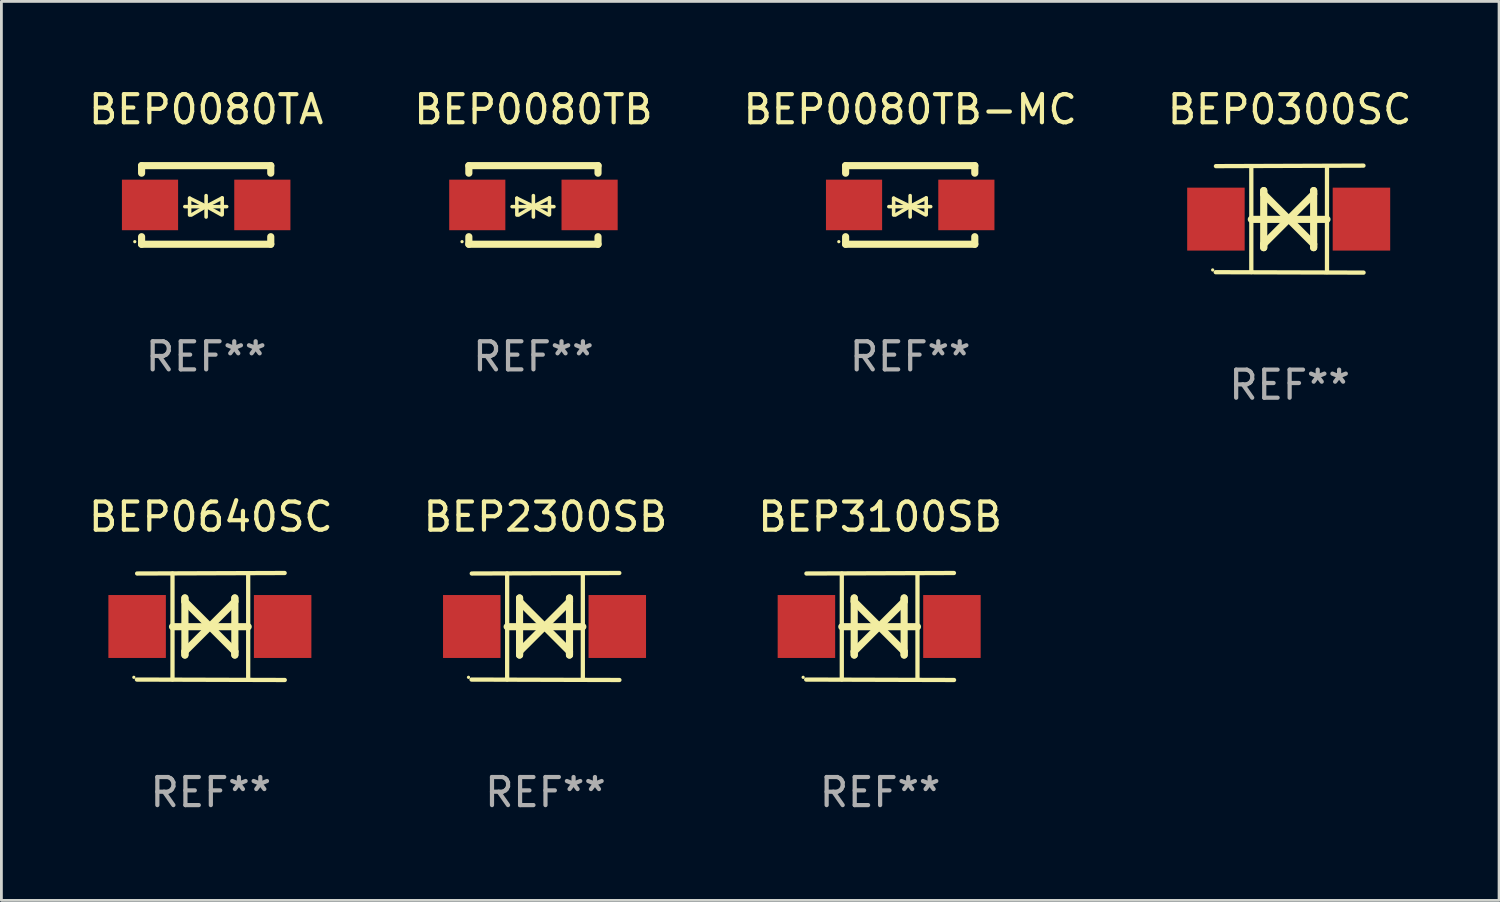
<source format=kicad_pcb>
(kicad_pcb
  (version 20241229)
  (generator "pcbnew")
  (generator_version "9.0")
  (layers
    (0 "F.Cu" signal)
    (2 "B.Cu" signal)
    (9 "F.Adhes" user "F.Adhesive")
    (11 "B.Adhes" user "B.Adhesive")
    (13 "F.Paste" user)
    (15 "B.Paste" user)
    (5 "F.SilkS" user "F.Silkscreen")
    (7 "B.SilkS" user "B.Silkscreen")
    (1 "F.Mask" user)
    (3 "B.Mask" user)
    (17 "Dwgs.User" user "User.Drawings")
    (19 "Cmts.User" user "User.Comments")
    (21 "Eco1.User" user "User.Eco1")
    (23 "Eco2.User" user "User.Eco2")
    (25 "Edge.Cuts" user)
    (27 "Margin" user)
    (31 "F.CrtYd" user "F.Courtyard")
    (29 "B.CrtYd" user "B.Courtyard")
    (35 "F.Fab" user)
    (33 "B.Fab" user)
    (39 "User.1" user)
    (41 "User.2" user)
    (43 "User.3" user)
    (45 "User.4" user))
  (footprint "BEP3100SB"
    (layer "F.Cu")
    (at 28.292 19.26)
    (property "Reference" "BEP3100SB" (at 0 -3.905 0) (layer "F.SilkS") (effects (font (size 1 1) (thickness 0.15))))
    (attr through_hole)
    (fp_line (start -1.365 1.886) (end -1.365 -1.886) (stroke (width 0.152) (type solid)) (layer "F.SilkS"))
    (fp_line (start -1.365 0.008) (end 1.33 0.008) (stroke (width 0.254) (type solid)) (layer "F.SilkS"))
    (fp_line (start -0.923 -1.016) (end -0.923 1.016) (stroke (width 0.254) (type solid)) (layer "F.SilkS"))
    (fp_line (start -0.923 -0.889) (end -0.923 -1.016) (stroke (width 0.254) (type solid)) (layer "F.SilkS"))
    (fp_line (start -0.923 0.889) (end -0.034 0) (stroke (width 0.254) (type solid)) (layer "F.SilkS"))
    (fp_line (start -0.923 1.016) (end -0.923 0.889) (stroke (width 0.254) (type solid)) (layer "F.SilkS"))
    (fp_line (start -0.034 0) (end -0.923 -0.889) (stroke (width 0.254) (type solid)) (layer "F.SilkS"))
    (fp_line (start -0.034 0) (end 0.855 0.889) (stroke (width 0.254) (type solid)) (layer "F.SilkS"))
    (fp_line (start 0.855 -1.016) (end 0.855 -0.889) (stroke (width 0.254) (type solid)) (layer "F.SilkS"))
    (fp_line (start 0.855 -0.889) (end -0.034 0) (stroke (width 0.254) (type solid)) (layer "F.SilkS"))
    (fp_line (start 0.855 0.889) (end 0.855 1.016) (stroke (width 0.254) (type solid)) (layer "F.SilkS"))
    (fp_line (start 0.855 1.016) (end 0.855 -1.016) (stroke (width 0.254) (type solid)) (layer "F.SilkS"))
    (fp_line (start 1.33 1.886) (end 1.33 -1.886) (stroke (width 0.152) (type solid)) (layer "F.SilkS"))
    (fp_line (start 2.629 -1.905) (end -2.625 -1.887) (stroke (width 0.152) (type solid)) (layer "F.SilkS"))
    (fp_line (start 2.633 1.905) (end -2.633 1.89) (stroke (width 0.152) (type solid)) (layer "F.SilkS"))
    (fp_circle (center -2.741 1.81) (end -2.711 1.81) (stroke (width 0.06) (type solid)) (fill no) (layer "F.SilkS"))
    (fp_text user "REF**" (at 0 5.905 0) (layer "F.Fab") (effects (font (size 1 1) (thickness 0.15))))
    (pad "1" smd rect (at -2.625 0) (size 2.047 2.241) (layers "F.Cu" "F.Mask" "F.Paste"))
    (pad "2" smd rect (at 2.557 0) (size 2.047 2.241) (layers "F.Cu" "F.Mask" "F.Paste")))
  (footprint "BEP0080TA"
    (layer "F.Cu")
    (at 4.292 4.248)
    (property "Reference" "BEP0080TA" (at 0 -3.4 0) (layer "F.SilkS") (effects (font (size 1 1) (thickness 0.15))))
    (attr through_hole)
    (fp_line (start -2.3 -1.4) (end -2.3 -1.131) (stroke (width 0.254) (type solid)) (layer "F.SilkS"))
    (fp_line (start -2.3 -1.4) (end 2.3 -1.4) (stroke (width 0.254) (type solid)) (layer "F.SilkS"))
    (fp_line (start -2.3 1.131) (end -2.3 1.4) (stroke (width 0.254) (type solid)) (layer "F.SilkS"))
    (fp_line (start -2.3 1.4) (end 2.3 1.4) (stroke (width 0.254) (type solid)) (layer "F.SilkS"))
    (fp_line (start -0.76 0.06) (end 0.73 0.06) (stroke (width 0.127) (type solid)) (layer "F.SilkS"))
    (fp_line (start -0.59 -0.24) (end -0.59 0.36) (stroke (width 0.127) (type solid)) (layer "F.SilkS"))
    (fp_line (start -0.59 -0.24) (end -0.002 0.049) (stroke (width 0.127) (type solid)) (layer "F.SilkS"))
    (fp_line (start -0.53 0.36) (end -0.002 0.049) (stroke (width 0.127) (type solid)) (layer "F.SilkS"))
    (fp_line (start -0.002 0.049) (end -0.002 -0.332) (stroke (width 0.127) (type solid)) (layer "F.SilkS"))
    (fp_line (start -0.002 0.049) (end -0.002 0.43) (stroke (width 0.127) (type solid)) (layer "F.SilkS"))
    (fp_line (start 0.54 0.35) (end -0.002 0.049) (stroke (width 0.127) (type solid)) (layer "F.SilkS"))
    (fp_line (start 0.57 -0.25) (end -0.002 0.049) (stroke (width 0.127) (type solid)) (layer "F.SilkS"))
    (fp_line (start 0.57 -0.25) (end 0.57 0.35) (stroke (width 0.127) (type solid)) (layer "F.SilkS"))
    (fp_line (start 2.3 -1.4) (end 2.3 -1.131) (stroke (width 0.254) (type solid)) (layer "F.SilkS"))
    (fp_line (start 2.3 1.131) (end 2.3 1.4) (stroke (width 0.254) (type solid)) (layer "F.SilkS"))
    (fp_circle (center -2.542 1.308) (end -2.512 1.308) (stroke (width 0.06) (type solid)) (fill no) (layer "F.SilkS"))
    (fp_text user "REF**" (at 0 5.4 0) (layer "F.Fab") (effects (font (size 1 1) (thickness 0.15))))
    (pad "1" smd rect (at -2 0) (size 2 1.8) (layers "F.Cu" "F.Mask" "F.Paste"))
    (pad "2" smd rect (at 2 0) (size 2 1.8) (layers "F.Cu" "F.Mask" "F.Paste")))
  (footprint "BEP0300SC"
    (layer "F.Cu")
    (at 42.875 4.753)
    (property "Reference" "BEP0300SC" (at 0 -3.905 0) (layer "F.SilkS") (effects (font (size 1 1) (thickness 0.15))))
    (attr through_hole)
    (fp_line (start -1.365 1.886) (end -1.365 -1.886) (stroke (width 0.152) (type solid)) (layer "F.SilkS"))
    (fp_line (start -1.365 0.008) (end 1.33 0.008) (stroke (width 0.254) (type solid)) (layer "F.SilkS"))
    (fp_line (start -0.923 -1.016) (end -0.923 1.016) (stroke (width 0.254) (type solid)) (layer "F.SilkS"))
    (fp_line (start -0.923 -0.889) (end -0.923 -1.016) (stroke (width 0.254) (type solid)) (layer "F.SilkS"))
    (fp_line (start -0.923 0.889) (end -0.034 0) (stroke (width 0.254) (type solid)) (layer "F.SilkS"))
    (fp_line (start -0.923 1.016) (end -0.923 0.889) (stroke (width 0.254) (type solid)) (layer "F.SilkS"))
    (fp_line (start -0.034 0) (end -0.923 -0.889) (stroke (width 0.254) (type solid)) (layer "F.SilkS"))
    (fp_line (start -0.034 0) (end 0.855 0.889) (stroke (width 0.254) (type solid)) (layer "F.SilkS"))
    (fp_line (start 0.855 -1.016) (end 0.855 -0.889) (stroke (width 0.254) (type solid)) (layer "F.SilkS"))
    (fp_line (start 0.855 -0.889) (end -0.034 0) (stroke (width 0.254) (type solid)) (layer "F.SilkS"))
    (fp_line (start 0.855 0.889) (end 0.855 1.016) (stroke (width 0.254) (type solid)) (layer "F.SilkS"))
    (fp_line (start 0.855 1.016) (end 0.855 -1.016) (stroke (width 0.254) (type solid)) (layer "F.SilkS"))
    (fp_line (start 1.33 1.886) (end 1.33 -1.886) (stroke (width 0.152) (type solid)) (layer "F.SilkS"))
    (fp_line (start 2.629 -1.905) (end -2.625 -1.887) (stroke (width 0.152) (type solid)) (layer "F.SilkS"))
    (fp_line (start 2.633 1.905) (end -2.633 1.89) (stroke (width 0.152) (type solid)) (layer "F.SilkS"))
    (fp_circle (center -2.741 1.81) (end -2.711 1.81) (stroke (width 0.06) (type solid)) (fill no) (layer "F.SilkS"))
    (fp_text user "REF**" (at 0 5.905 0) (layer "F.Fab") (effects (font (size 1 1) (thickness 0.15))))
    (pad "1" smd rect (at -2.625 0) (size 2.047 2.241) (layers "F.Cu" "F.Mask" "F.Paste"))
    (pad "2" smd rect (at 2.557 0) (size 2.047 2.241) (layers "F.Cu" "F.Mask" "F.Paste")))
  (footprint "BEP0080TB"
    (layer "F.Cu")
    (at 15.946 4.248)
    (property "Reference" "BEP0080TB" (at 0 -3.4 0) (layer "F.SilkS") (effects (font (size 1 1) (thickness 0.15))))
    (attr through_hole)
    (fp_line (start -2.3 -1.4) (end -2.3 -1.131) (stroke (width 0.254) (type solid)) (layer "F.SilkS"))
    (fp_line (start -2.3 -1.4) (end 2.3 -1.4) (stroke (width 0.254) (type solid)) (layer "F.SilkS"))
    (fp_line (start -2.3 1.131) (end -2.3 1.4) (stroke (width 0.254) (type solid)) (layer "F.SilkS"))
    (fp_line (start -2.3 1.4) (end 2.3 1.4) (stroke (width 0.254) (type solid)) (layer "F.SilkS"))
    (fp_line (start -0.76 0.06) (end 0.73 0.06) (stroke (width 0.127) (type solid)) (layer "F.SilkS"))
    (fp_line (start -0.59 -0.24) (end -0.59 0.36) (stroke (width 0.127) (type solid)) (layer "F.SilkS"))
    (fp_line (start -0.59 -0.24) (end -0.002 0.049) (stroke (width 0.127) (type solid)) (layer "F.SilkS"))
    (fp_line (start -0.53 0.36) (end -0.002 0.049) (stroke (width 0.127) (type solid)) (layer "F.SilkS"))
    (fp_line (start -0.002 0.049) (end -0.002 -0.332) (stroke (width 0.127) (type solid)) (layer "F.SilkS"))
    (fp_line (start -0.002 0.049) (end -0.002 0.43) (stroke (width 0.127) (type solid)) (layer "F.SilkS"))
    (fp_line (start 0.54 0.35) (end -0.002 0.049) (stroke (width 0.127) (type solid)) (layer "F.SilkS"))
    (fp_line (start 0.57 -0.25) (end -0.002 0.049) (stroke (width 0.127) (type solid)) (layer "F.SilkS"))
    (fp_line (start 0.57 -0.25) (end 0.57 0.35) (stroke (width 0.127) (type solid)) (layer "F.SilkS"))
    (fp_line (start 2.3 -1.4) (end 2.3 -1.131) (stroke (width 0.254) (type solid)) (layer "F.SilkS"))
    (fp_line (start 2.3 1.131) (end 2.3 1.4) (stroke (width 0.254) (type solid)) (layer "F.SilkS"))
    (fp_circle (center -2.542 1.308) (end -2.512 1.308) (stroke (width 0.06) (type solid)) (fill no) (layer "F.SilkS"))
    (fp_text user "REF**" (at 0 5.4 0) (layer "F.Fab") (effects (font (size 1 1) (thickness 0.15))))
    (pad "1" smd rect (at -2 0) (size 2 1.8) (layers "F.Cu" "F.Mask" "F.Paste"))
    (pad "2" smd rect (at 2 0) (size 2 1.8) (layers "F.Cu" "F.Mask" "F.Paste")))
  (footprint "BEP2300SB"
    (layer "F.Cu")
    (at 16.375 19.26)
    (property "Reference" "BEP2300SB" (at 0 -3.905 0) (layer "F.SilkS") (effects (font (size 1 1) (thickness 0.15))))
    (attr through_hole)
    (fp_line (start -1.365 1.886) (end -1.365 -1.886) (stroke (width 0.152) (type solid)) (layer "F.SilkS"))
    (fp_line (start -1.365 0.008) (end 1.33 0.008) (stroke (width 0.254) (type solid)) (layer "F.SilkS"))
    (fp_line (start -0.923 -1.016) (end -0.923 1.016) (stroke (width 0.254) (type solid)) (layer "F.SilkS"))
    (fp_line (start -0.923 -0.889) (end -0.923 -1.016) (stroke (width 0.254) (type solid)) (layer "F.SilkS"))
    (fp_line (start -0.923 0.889) (end -0.034 0) (stroke (width 0.254) (type solid)) (layer "F.SilkS"))
    (fp_line (start -0.923 1.016) (end -0.923 0.889) (stroke (width 0.254) (type solid)) (layer "F.SilkS"))
    (fp_line (start -0.034 0) (end -0.923 -0.889) (stroke (width 0.254) (type solid)) (layer "F.SilkS"))
    (fp_line (start -0.034 0) (end 0.855 0.889) (stroke (width 0.254) (type solid)) (layer "F.SilkS"))
    (fp_line (start 0.855 -1.016) (end 0.855 -0.889) (stroke (width 0.254) (type solid)) (layer "F.SilkS"))
    (fp_line (start 0.855 -0.889) (end -0.034 0) (stroke (width 0.254) (type solid)) (layer "F.SilkS"))
    (fp_line (start 0.855 0.889) (end 0.855 1.016) (stroke (width 0.254) (type solid)) (layer "F.SilkS"))
    (fp_line (start 0.855 1.016) (end 0.855 -1.016) (stroke (width 0.254) (type solid)) (layer "F.SilkS"))
    (fp_line (start 1.33 1.886) (end 1.33 -1.886) (stroke (width 0.152) (type solid)) (layer "F.SilkS"))
    (fp_line (start 2.629 -1.905) (end -2.625 -1.887) (stroke (width 0.152) (type solid)) (layer "F.SilkS"))
    (fp_line (start 2.633 1.905) (end -2.633 1.89) (stroke (width 0.152) (type solid)) (layer "F.SilkS"))
    (fp_circle (center -2.741 1.81) (end -2.711 1.81) (stroke (width 0.06) (type solid)) (fill no) (layer "F.SilkS"))
    (fp_text user "REF**" (at 0 5.905 0) (layer "F.Fab") (effects (font (size 1 1) (thickness 0.15))))
    (pad "1" smd rect (at -2.625 0) (size 2.047 2.241) (layers "F.Cu" "F.Mask" "F.Paste"))
    (pad "2" smd rect (at 2.557 0) (size 2.047 2.241) (layers "F.Cu" "F.Mask" "F.Paste")))
  (footprint "BEP0640SC"
    (layer "F.Cu")
    (at 4.458 19.26)
    (property "Reference" "BEP0640SC" (at 0 -3.905 0) (layer "F.SilkS") (effects (font (size 1 1) (thickness 0.15))))
    (attr through_hole)
    (fp_line (start -1.365 1.886) (end -1.365 -1.886) (stroke (width 0.152) (type solid)) (layer "F.SilkS"))
    (fp_line (start -1.365 0.008) (end 1.33 0.008) (stroke (width 0.254) (type solid)) (layer "F.SilkS"))
    (fp_line (start -0.923 -1.016) (end -0.923 1.016) (stroke (width 0.254) (type solid)) (layer "F.SilkS"))
    (fp_line (start -0.923 -0.889) (end -0.923 -1.016) (stroke (width 0.254) (type solid)) (layer "F.SilkS"))
    (fp_line (start -0.923 0.889) (end -0.034 0) (stroke (width 0.254) (type solid)) (layer "F.SilkS"))
    (fp_line (start -0.923 1.016) (end -0.923 0.889) (stroke (width 0.254) (type solid)) (layer "F.SilkS"))
    (fp_line (start -0.034 0) (end -0.923 -0.889) (stroke (width 0.254) (type solid)) (layer "F.SilkS"))
    (fp_line (start -0.034 0) (end 0.855 0.889) (stroke (width 0.254) (type solid)) (layer "F.SilkS"))
    (fp_line (start 0.855 -1.016) (end 0.855 -0.889) (stroke (width 0.254) (type solid)) (layer "F.SilkS"))
    (fp_line (start 0.855 -0.889) (end -0.034 0) (stroke (width 0.254) (type solid)) (layer "F.SilkS"))
    (fp_line (start 0.855 0.889) (end 0.855 1.016) (stroke (width 0.254) (type solid)) (layer "F.SilkS"))
    (fp_line (start 0.855 1.016) (end 0.855 -1.016) (stroke (width 0.254) (type solid)) (layer "F.SilkS"))
    (fp_line (start 1.33 1.886) (end 1.33 -1.886) (stroke (width 0.152) (type solid)) (layer "F.SilkS"))
    (fp_line (start 2.629 -1.905) (end -2.625 -1.887) (stroke (width 0.152) (type solid)) (layer "F.SilkS"))
    (fp_line (start 2.633 1.905) (end -2.633 1.89) (stroke (width 0.152) (type solid)) (layer "F.SilkS"))
    (fp_circle (center -2.741 1.81) (end -2.711 1.81) (stroke (width 0.06) (type solid)) (fill no) (layer "F.SilkS"))
    (fp_text user "REF**" (at 0 5.905 0) (layer "F.Fab") (effects (font (size 1 1) (thickness 0.15))))
    (pad "1" smd rect (at -2.625 0) (size 2.047 2.241) (layers "F.Cu" "F.Mask" "F.Paste"))
    (pad "2" smd rect (at 2.557 0) (size 2.047 2.241) (layers "F.Cu" "F.Mask" "F.Paste")))
  (footprint "BEP0080TB-MC"
    (layer "F.Cu")
    (at 29.363 4.248)
    (property "Reference" "BEP0080TB-MC" (at 0 -3.4 0) (layer "F.SilkS") (effects (font (size 1 1) (thickness 0.15))))
    (attr through_hole)
    (fp_line (start -2.3 -1.4) (end -2.3 -1.131) (stroke (width 0.254) (type solid)) (layer "F.SilkS"))
    (fp_line (start -2.3 -1.4) (end 2.3 -1.4) (stroke (width 0.254) (type solid)) (layer "F.SilkS"))
    (fp_line (start -2.3 1.131) (end -2.3 1.4) (stroke (width 0.254) (type solid)) (layer "F.SilkS"))
    (fp_line (start -2.3 1.4) (end 2.3 1.4) (stroke (width 0.254) (type solid)) (layer "F.SilkS"))
    (fp_line (start -0.76 0.06) (end 0.73 0.06) (stroke (width 0.127) (type solid)) (layer "F.SilkS"))
    (fp_line (start -0.59 -0.24) (end -0.59 0.36) (stroke (width 0.127) (type solid)) (layer "F.SilkS"))
    (fp_line (start -0.59 -0.24) (end -0.002 0.049) (stroke (width 0.127) (type solid)) (layer "F.SilkS"))
    (fp_line (start -0.53 0.36) (end -0.002 0.049) (stroke (width 0.127) (type solid)) (layer "F.SilkS"))
    (fp_line (start -0.002 0.049) (end -0.002 -0.332) (stroke (width 0.127) (type solid)) (layer "F.SilkS"))
    (fp_line (start -0.002 0.049) (end -0.002 0.43) (stroke (width 0.127) (type solid)) (layer "F.SilkS"))
    (fp_line (start 0.54 0.35) (end -0.002 0.049) (stroke (width 0.127) (type solid)) (layer "F.SilkS"))
    (fp_line (start 0.57 -0.25) (end -0.002 0.049) (stroke (width 0.127) (type solid)) (layer "F.SilkS"))
    (fp_line (start 0.57 -0.25) (end 0.57 0.35) (stroke (width 0.127) (type solid)) (layer "F.SilkS"))
    (fp_line (start 2.3 -1.4) (end 2.3 -1.131) (stroke (width 0.254) (type solid)) (layer "F.SilkS"))
    (fp_line (start 2.3 1.131) (end 2.3 1.4) (stroke (width 0.254) (type solid)) (layer "F.SilkS"))
    (fp_circle (center -2.542 1.308) (end -2.512 1.308) (stroke (width 0.06) (type solid)) (fill no) (layer "F.SilkS"))
    (fp_text user "REF**" (at 0 5.4 0) (layer "F.Fab") (effects (font (size 1 1) (thickness 0.15))))
    (pad "1" smd rect (at -2 0) (size 2 1.8) (layers "F.Cu" "F.Mask" "F.Paste"))
    (pad "2" smd rect (at 2 0) (size 2 1.8) (layers "F.Cu" "F.Mask" "F.Paste")))
  (gr_rect
    (start -3 -3)
    (end 50.333 29.013)
    (stroke (width 0.1) (type default))
    (fill no)
    (layer "Edge.Cuts")))
</source>
